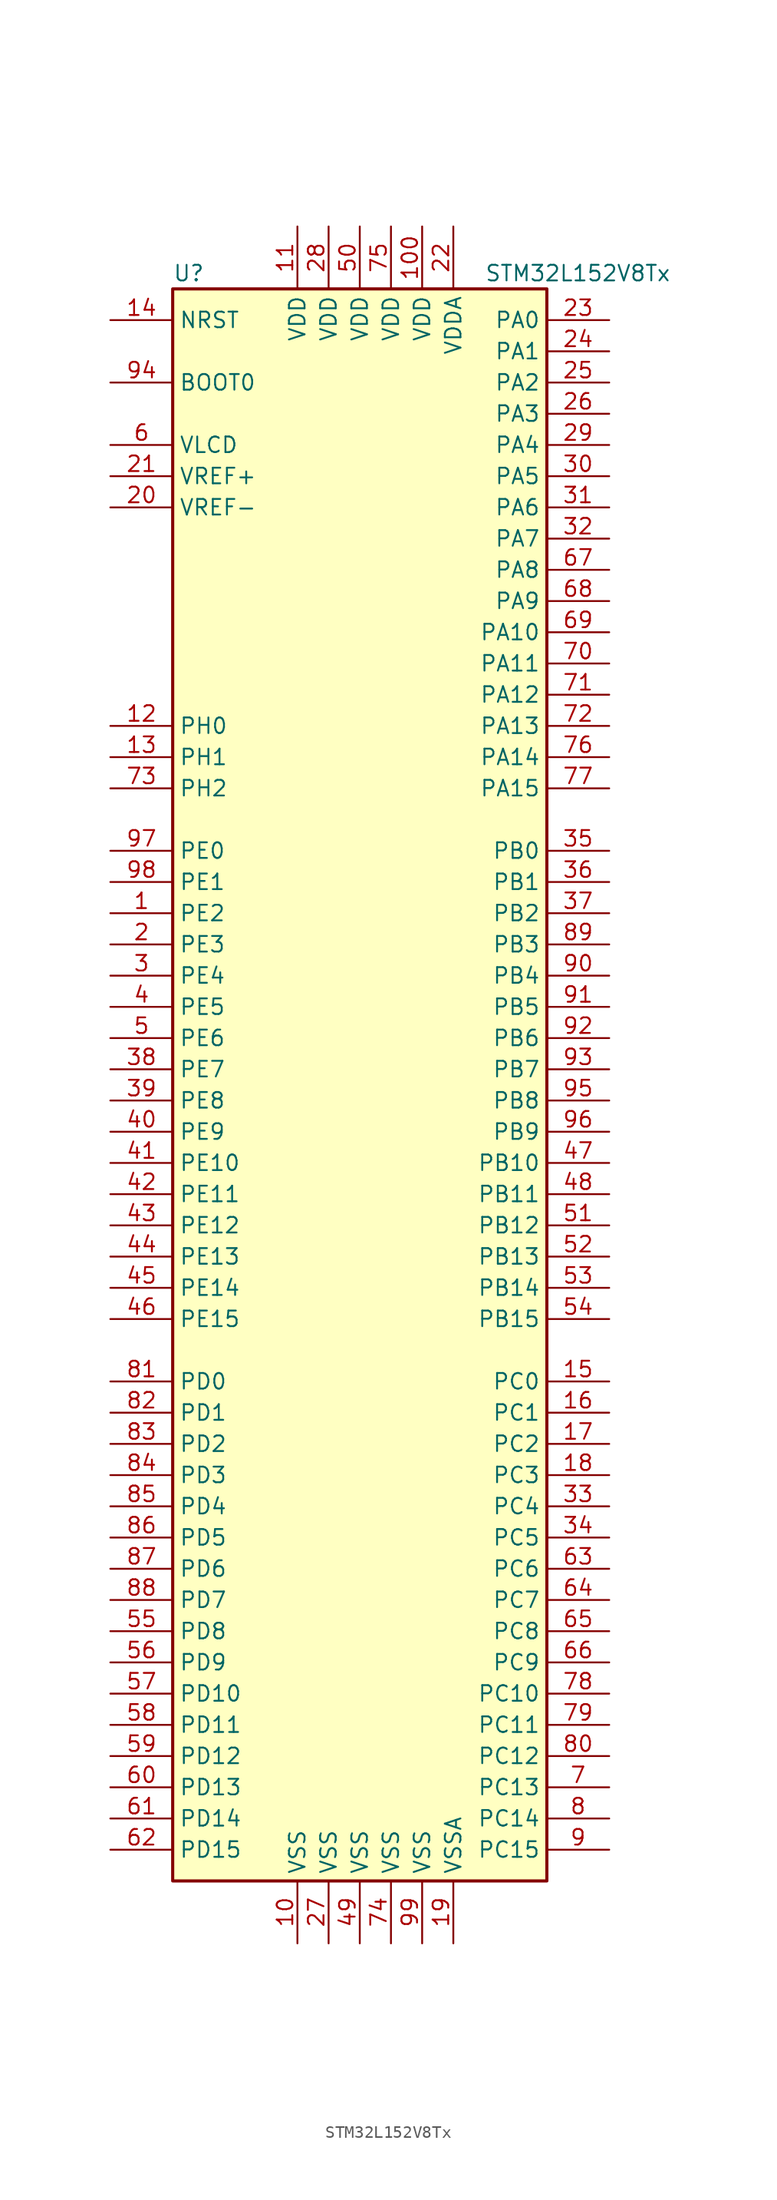
<source format=kicad_sym>
(kicad_symbol_lib
  (version 20201005)
  (generator kicad_symbol_editor)
  (symbol "STM32L152V8Tx"
    (property "Reference" "U"
      (at -15.24 64.77 0)
      (effects (font (size 1.27 1.27)) (justify left)))
    (property "Value" "STM32L152V8Tx"
      (at 10.16 64.77 0)
      (effects (font (size 1.27 1.27)) (justify left)))
    (symbol "STM32L152V8Tx_0_1"
      (rectangle (start -15.24 -66.04) (end 15.24 63.5) (stroke (width 0.254)) (fill (type background))))
    (symbol "STM32L152V8Tx_1_1"
      (pin input line (at -20.32 55.88 0) (length 5.08) (name "BOOT0" (effects (font (size 1.27 1.27)))) (number "94" (effects (font (size 1.27 1.27)))))
      (pin input line (at -20.32 60.96 0) (length 5.08) (name "NRST" (effects (font (size 1.27 1.27)))) (number "14" (effects (font (size 1.27 1.27)))))
      (pin bidirectional line (at 20.32 60.96 180) (length 5.08) (name "PA0" (effects (font (size 1.27 1.27)))) (number "23" (effects (font (size 1.27 1.27)))))
      (pin bidirectional line (at 20.32 58.42 180) (length 5.08) (name "PA1" (effects (font (size 1.27 1.27)))) (number "24" (effects (font (size 1.27 1.27)))))
      (pin bidirectional line (at 20.32 35.56 180) (length 5.08) (name "PA10" (effects (font (size 1.27 1.27)))) (number "69" (effects (font (size 1.27 1.27)))))
      (pin bidirectional line (at 20.32 33.02 180) (length 5.08) (name "PA11" (effects (font (size 1.27 1.27)))) (number "70" (effects (font (size 1.27 1.27)))))
      (pin bidirectional line (at 20.32 30.48 180) (length 5.08) (name "PA12" (effects (font (size 1.27 1.27)))) (number "71" (effects (font (size 1.27 1.27)))))
      (pin bidirectional line (at 20.32 27.94 180) (length 5.08) (name "PA13" (effects (font (size 1.27 1.27)))) (number "72" (effects (font (size 1.27 1.27)))))
      (pin bidirectional line (at 20.32 25.4 180) (length 5.08) (name "PA14" (effects (font (size 1.27 1.27)))) (number "76" (effects (font (size 1.27 1.27)))))
      (pin bidirectional line (at 20.32 22.86 180) (length 5.08) (name "PA15" (effects (font (size 1.27 1.27)))) (number "77" (effects (font (size 1.27 1.27)))))
      (pin bidirectional line (at 20.32 55.88 180) (length 5.08) (name "PA2" (effects (font (size 1.27 1.27)))) (number "25" (effects (font (size 1.27 1.27)))))
      (pin bidirectional line (at 20.32 53.34 180) (length 5.08) (name "PA3" (effects (font (size 1.27 1.27)))) (number "26" (effects (font (size 1.27 1.27)))))
      (pin bidirectional line (at 20.32 50.8 180) (length 5.08) (name "PA4" (effects (font (size 1.27 1.27)))) (number "29" (effects (font (size 1.27 1.27)))))
      (pin bidirectional line (at 20.32 48.26 180) (length 5.08) (name "PA5" (effects (font (size 1.27 1.27)))) (number "30" (effects (font (size 1.27 1.27)))))
      (pin bidirectional line (at 20.32 45.72 180) (length 5.08) (name "PA6" (effects (font (size 1.27 1.27)))) (number "31" (effects (font (size 1.27 1.27)))))
      (pin bidirectional line (at 20.32 43.18 180) (length 5.08) (name "PA7" (effects (font (size 1.27 1.27)))) (number "32" (effects (font (size 1.27 1.27)))))
      (pin bidirectional line (at 20.32 40.64 180) (length 5.08) (name "PA8" (effects (font (size 1.27 1.27)))) (number "67" (effects (font (size 1.27 1.27)))))
      (pin bidirectional line (at 20.32 38.1 180) (length 5.08) (name "PA9" (effects (font (size 1.27 1.27)))) (number "68" (effects (font (size 1.27 1.27)))))
      (pin bidirectional line (at 20.32 17.78 180) (length 5.08) (name "PB0" (effects (font (size 1.27 1.27)))) (number "35" (effects (font (size 1.27 1.27)))))
      (pin bidirectional line (at 20.32 15.24 180) (length 5.08) (name "PB1" (effects (font (size 1.27 1.27)))) (number "36" (effects (font (size 1.27 1.27)))))
      (pin bidirectional line (at 20.32 -7.62 180) (length 5.08) (name "PB10" (effects (font (size 1.27 1.27)))) (number "47" (effects (font (size 1.27 1.27)))))
      (pin bidirectional line (at 20.32 -10.16 180) (length 5.08) (name "PB11" (effects (font (size 1.27 1.27)))) (number "48" (effects (font (size 1.27 1.27)))))
      (pin bidirectional line (at 20.32 -12.7 180) (length 5.08) (name "PB12" (effects (font (size 1.27 1.27)))) (number "51" (effects (font (size 1.27 1.27)))))
      (pin bidirectional line (at 20.32 -15.24 180) (length 5.08) (name "PB13" (effects (font (size 1.27 1.27)))) (number "52" (effects (font (size 1.27 1.27)))))
      (pin bidirectional line (at 20.32 -17.78 180) (length 5.08) (name "PB14" (effects (font (size 1.27 1.27)))) (number "53" (effects (font (size 1.27 1.27)))))
      (pin bidirectional line (at 20.32 -20.32 180) (length 5.08) (name "PB15" (effects (font (size 1.27 1.27)))) (number "54" (effects (font (size 1.27 1.27)))))
      (pin bidirectional line (at 20.32 12.7 180) (length 5.08) (name "PB2" (effects (font (size 1.27 1.27)))) (number "37" (effects (font (size 1.27 1.27)))))
      (pin bidirectional line (at 20.32 10.16 180) (length 5.08) (name "PB3" (effects (font (size 1.27 1.27)))) (number "89" (effects (font (size 1.27 1.27)))))
      (pin bidirectional line (at 20.32 7.62 180) (length 5.08) (name "PB4" (effects (font (size 1.27 1.27)))) (number "90" (effects (font (size 1.27 1.27)))))
      (pin bidirectional line (at 20.32 5.08 180) (length 5.08) (name "PB5" (effects (font (size 1.27 1.27)))) (number "91" (effects (font (size 1.27 1.27)))))
      (pin bidirectional line (at 20.32 2.54 180) (length 5.08) (name "PB6" (effects (font (size 1.27 1.27)))) (number "92" (effects (font (size 1.27 1.27)))))
      (pin bidirectional line (at 20.32 0 180) (length 5.08) (name "PB7" (effects (font (size 1.27 1.27)))) (number "93" (effects (font (size 1.27 1.27)))))
      (pin bidirectional line (at 20.32 -2.54 180) (length 5.08) (name "PB8" (effects (font (size 1.27 1.27)))) (number "95" (effects (font (size 1.27 1.27)))))
      (pin bidirectional line (at 20.32 -5.08 180) (length 5.08) (name "PB9" (effects (font (size 1.27 1.27)))) (number "96" (effects (font (size 1.27 1.27)))))
      (pin bidirectional line (at 20.32 -25.4 180) (length 5.08) (name "PC0" (effects (font (size 1.27 1.27)))) (number "15" (effects (font (size 1.27 1.27)))))
      (pin bidirectional line (at 20.32 -27.94 180) (length 5.08) (name "PC1" (effects (font (size 1.27 1.27)))) (number "16" (effects (font (size 1.27 1.27)))))
      (pin bidirectional line (at 20.32 -50.8 180) (length 5.08) (name "PC10" (effects (font (size 1.27 1.27)))) (number "78" (effects (font (size 1.27 1.27)))))
      (pin bidirectional line (at 20.32 -53.34 180) (length 5.08) (name "PC11" (effects (font (size 1.27 1.27)))) (number "79" (effects (font (size 1.27 1.27)))))
      (pin bidirectional line (at 20.32 -55.88 180) (length 5.08) (name "PC12" (effects (font (size 1.27 1.27)))) (number "80" (effects (font (size 1.27 1.27)))))
      (pin bidirectional line (at 20.32 -58.42 180) (length 5.08) (name "PC13" (effects (font (size 1.27 1.27)))) (number "7" (effects (font (size 1.27 1.27)))))
      (pin bidirectional line (at 20.32 -60.96 180) (length 5.08) (name "PC14" (effects (font (size 1.27 1.27)))) (number "8" (effects (font (size 1.27 1.27)))))
      (pin bidirectional line (at 20.32 -63.5 180) (length 5.08) (name "PC15" (effects (font (size 1.27 1.27)))) (number "9" (effects (font (size 1.27 1.27)))))
      (pin bidirectional line (at 20.32 -30.48 180) (length 5.08) (name "PC2" (effects (font (size 1.27 1.27)))) (number "17" (effects (font (size 1.27 1.27)))))
      (pin bidirectional line (at 20.32 -33.02 180) (length 5.08) (name "PC3" (effects (font (size 1.27 1.27)))) (number "18" (effects (font (size 1.27 1.27)))))
      (pin bidirectional line (at 20.32 -35.56 180) (length 5.08) (name "PC4" (effects (font (size 1.27 1.27)))) (number "33" (effects (font (size 1.27 1.27)))))
      (pin bidirectional line (at 20.32 -38.1 180) (length 5.08) (name "PC5" (effects (font (size 1.27 1.27)))) (number "34" (effects (font (size 1.27 1.27)))))
      (pin bidirectional line (at 20.32 -40.64 180) (length 5.08) (name "PC6" (effects (font (size 1.27 1.27)))) (number "63" (effects (font (size 1.27 1.27)))))
      (pin bidirectional line (at 20.32 -43.18 180) (length 5.08) (name "PC7" (effects (font (size 1.27 1.27)))) (number "64" (effects (font (size 1.27 1.27)))))
      (pin bidirectional line (at 20.32 -45.72 180) (length 5.08) (name "PC8" (effects (font (size 1.27 1.27)))) (number "65" (effects (font (size 1.27 1.27)))))
      (pin bidirectional line (at 20.32 -48.26 180) (length 5.08) (name "PC9" (effects (font (size 1.27 1.27)))) (number "66" (effects (font (size 1.27 1.27)))))
      (pin bidirectional line (at -20.32 -25.4 0) (length 5.08) (name "PD0" (effects (font (size 1.27 1.27)))) (number "81" (effects (font (size 1.27 1.27)))))
      (pin bidirectional line (at -20.32 -27.94 0) (length 5.08) (name "PD1" (effects (font (size 1.27 1.27)))) (number "82" (effects (font (size 1.27 1.27)))))
      (pin bidirectional line (at -20.32 -50.8 0) (length 5.08) (name "PD10" (effects (font (size 1.27 1.27)))) (number "57" (effects (font (size 1.27 1.27)))))
      (pin bidirectional line (at -20.32 -53.34 0) (length 5.08) (name "PD11" (effects (font (size 1.27 1.27)))) (number "58" (effects (font (size 1.27 1.27)))))
      (pin bidirectional line (at -20.32 -55.88 0) (length 5.08) (name "PD12" (effects (font (size 1.27 1.27)))) (number "59" (effects (font (size 1.27 1.27)))))
      (pin bidirectional line (at -20.32 -58.42 0) (length 5.08) (name "PD13" (effects (font (size 1.27 1.27)))) (number "60" (effects (font (size 1.27 1.27)))))
      (pin bidirectional line (at -20.32 -60.96 0) (length 5.08) (name "PD14" (effects (font (size 1.27 1.27)))) (number "61" (effects (font (size 1.27 1.27)))))
      (pin bidirectional line (at -20.32 -63.5 0) (length 5.08) (name "PD15" (effects (font (size 1.27 1.27)))) (number "62" (effects (font (size 1.27 1.27)))))
      (pin bidirectional line (at -20.32 -30.48 0) (length 5.08) (name "PD2" (effects (font (size 1.27 1.27)))) (number "83" (effects (font (size 1.27 1.27)))))
      (pin bidirectional line (at -20.32 -33.02 0) (length 5.08) (name "PD3" (effects (font (size 1.27 1.27)))) (number "84" (effects (font (size 1.27 1.27)))))
      (pin bidirectional line (at -20.32 -35.56 0) (length 5.08) (name "PD4" (effects (font (size 1.27 1.27)))) (number "85" (effects (font (size 1.27 1.27)))))
      (pin bidirectional line (at -20.32 -38.1 0) (length 5.08) (name "PD5" (effects (font (size 1.27 1.27)))) (number "86" (effects (font (size 1.27 1.27)))))
      (pin bidirectional line (at -20.32 -40.64 0) (length 5.08) (name "PD6" (effects (font (size 1.27 1.27)))) (number "87" (effects (font (size 1.27 1.27)))))
      (pin bidirectional line (at -20.32 -43.18 0) (length 5.08) (name "PD7" (effects (font (size 1.27 1.27)))) (number "88" (effects (font (size 1.27 1.27)))))
      (pin bidirectional line (at -20.32 -45.72 0) (length 5.08) (name "PD8" (effects (font (size 1.27 1.27)))) (number "55" (effects (font (size 1.27 1.27)))))
      (pin bidirectional line (at -20.32 -48.26 0) (length 5.08) (name "PD9" (effects (font (size 1.27 1.27)))) (number "56" (effects (font (size 1.27 1.27)))))
      (pin bidirectional line (at -20.32 17.78 0) (length 5.08) (name "PE0" (effects (font (size 1.27 1.27)))) (number "97" (effects (font (size 1.27 1.27)))))
      (pin bidirectional line (at -20.32 15.24 0) (length 5.08) (name "PE1" (effects (font (size 1.27 1.27)))) (number "98" (effects (font (size 1.27 1.27)))))
      (pin bidirectional line (at -20.32 -7.62 0) (length 5.08) (name "PE10" (effects (font (size 1.27 1.27)))) (number "41" (effects (font (size 1.27 1.27)))))
      (pin bidirectional line (at -20.32 -10.16 0) (length 5.08) (name "PE11" (effects (font (size 1.27 1.27)))) (number "42" (effects (font (size 1.27 1.27)))))
      (pin bidirectional line (at -20.32 -12.7 0) (length 5.08) (name "PE12" (effects (font (size 1.27 1.27)))) (number "43" (effects (font (size 1.27 1.27)))))
      (pin bidirectional line (at -20.32 -15.24 0) (length 5.08) (name "PE13" (effects (font (size 1.27 1.27)))) (number "44" (effects (font (size 1.27 1.27)))))
      (pin bidirectional line (at -20.32 -17.78 0) (length 5.08) (name "PE14" (effects (font (size 1.27 1.27)))) (number "45" (effects (font (size 1.27 1.27)))))
      (pin bidirectional line (at -20.32 -20.32 0) (length 5.08) (name "PE15" (effects (font (size 1.27 1.27)))) (number "46" (effects (font (size 1.27 1.27)))))
      (pin bidirectional line (at -20.32 12.7 0) (length 5.08) (name "PE2" (effects (font (size 1.27 1.27)))) (number "1" (effects (font (size 1.27 1.27)))))
      (pin bidirectional line (at -20.32 10.16 0) (length 5.08) (name "PE3" (effects (font (size 1.27 1.27)))) (number "2" (effects (font (size 1.27 1.27)))))
      (pin bidirectional line (at -20.32 7.62 0) (length 5.08) (name "PE4" (effects (font (size 1.27 1.27)))) (number "3" (effects (font (size 1.27 1.27)))))
      (pin bidirectional line (at -20.32 5.08 0) (length 5.08) (name "PE5" (effects (font (size 1.27 1.27)))) (number "4" (effects (font (size 1.27 1.27)))))
      (pin bidirectional line (at -20.32 2.54 0) (length 5.08) (name "PE6" (effects (font (size 1.27 1.27)))) (number "5" (effects (font (size 1.27 1.27)))))
      (pin bidirectional line (at -20.32 0 0) (length 5.08) (name "PE7" (effects (font (size 1.27 1.27)))) (number "38" (effects (font (size 1.27 1.27)))))
      (pin bidirectional line (at -20.32 -2.54 0) (length 5.08) (name "PE8" (effects (font (size 1.27 1.27)))) (number "39" (effects (font (size 1.27 1.27)))))
      (pin bidirectional line (at -20.32 -5.08 0) (length 5.08) (name "PE9" (effects (font (size 1.27 1.27)))) (number "40" (effects (font (size 1.27 1.27)))))
      (pin input line (at -20.32 27.94 0) (length 5.08) (name "PH0" (effects (font (size 1.27 1.27)))) (number "12" (effects (font (size 1.27 1.27)))))
      (pin input line (at -20.32 25.4 0) (length 5.08) (name "PH1" (effects (font (size 1.27 1.27)))) (number "13" (effects (font (size 1.27 1.27)))))
      (pin bidirectional line (at -20.32 22.86 0) (length 5.08) (name "PH2" (effects (font (size 1.27 1.27)))) (number "73" (effects (font (size 1.27 1.27)))))
      (pin power_in line (at 5.08 68.58 270) (length 5.08) (name "VDD" (effects (font (size 1.27 1.27)))) (number "100" (effects (font (size 1.27 1.27)))))
      (pin power_in line (at -5.08 68.58 270) (length 5.08) (name "VDD" (effects (font (size 1.27 1.27)))) (number "11" (effects (font (size 1.27 1.27)))))
      (pin power_in line (at -2.54 68.58 270) (length 5.08) (name "VDD" (effects (font (size 1.27 1.27)))) (number "28" (effects (font (size 1.27 1.27)))))
      (pin power_in line (at 0 68.58 270) (length 5.08) (name "VDD" (effects (font (size 1.27 1.27)))) (number "50" (effects (font (size 1.27 1.27)))))
      (pin power_in line (at 2.54 68.58 270) (length 5.08) (name "VDD" (effects (font (size 1.27 1.27)))) (number "75" (effects (font (size 1.27 1.27)))))
      (pin power_in line (at 7.62 68.58 270) (length 5.08) (name "VDDA" (effects (font (size 1.27 1.27)))) (number "22" (effects (font (size 1.27 1.27)))))
      (pin power_in line (at -20.32 50.8 0) (length 5.08) (name "VLCD" (effects (font (size 1.27 1.27)))) (number "6" (effects (font (size 1.27 1.27)))))
      (pin power_in line (at -20.32 48.26 0) (length 5.08) (name "VREF+" (effects (font (size 1.27 1.27)))) (number "21" (effects (font (size 1.27 1.27)))))
      (pin power_in line (at -20.32 45.72 0) (length 5.08) (name "VREF-" (effects (font (size 1.27 1.27)))) (number "20" (effects (font (size 1.27 1.27)))))
      (pin power_in line (at -5.08 -71.12 90) (length 5.08) (name "VSS" (effects (font (size 1.27 1.27)))) (number "10" (effects (font (size 1.27 1.27)))))
      (pin power_in line (at -2.54 -71.12 90) (length 5.08) (name "VSS" (effects (font (size 1.27 1.27)))) (number "27" (effects (font (size 1.27 1.27)))))
      (pin power_in line (at 0 -71.12 90) (length 5.08) (name "VSS" (effects (font (size 1.27 1.27)))) (number "49" (effects (font (size 1.27 1.27)))))
      (pin power_in line (at 2.54 -71.12 90) (length 5.08) (name "VSS" (effects (font (size 1.27 1.27)))) (number "74" (effects (font (size 1.27 1.27)))))
      (pin power_in line (at 5.08 -71.12 90) (length 5.08) (name "VSS" (effects (font (size 1.27 1.27)))) (number "99" (effects (font (size 1.27 1.27)))))
      (pin power_in line (at 7.62 -71.12 90) (length 5.08) (name "VSSA" (effects (font (size 1.27 1.27)))) (number "19" (effects (font (size 1.27 1.27))))))))
</source>
